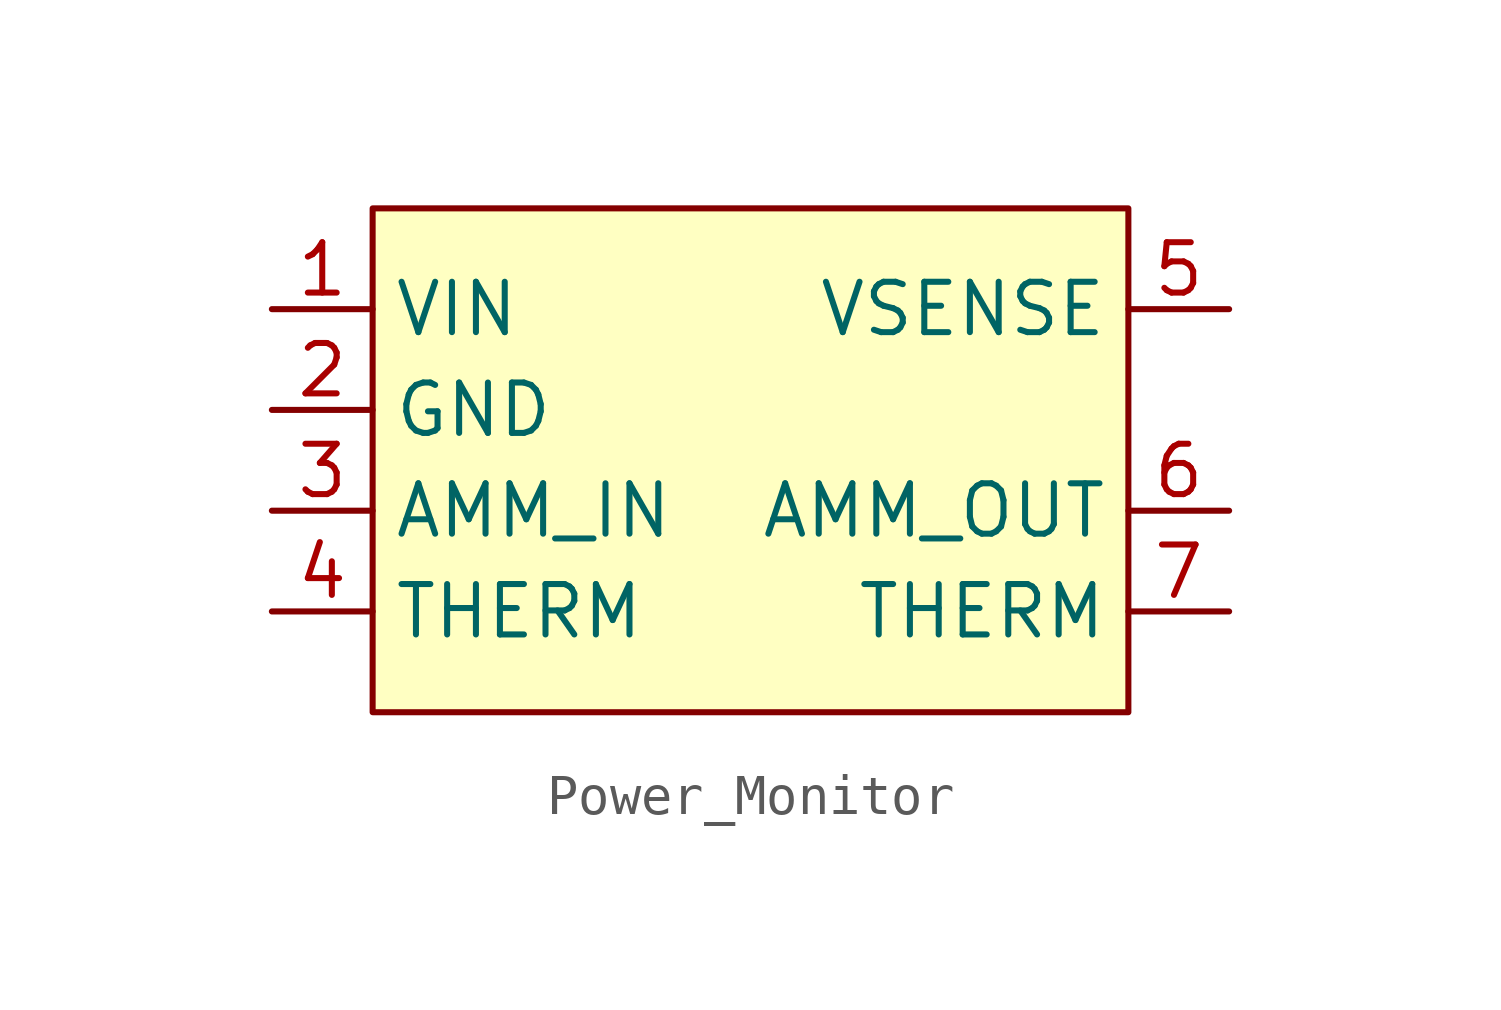
<source format=kicad_sym>
(kicad_symbol_lib
  (version 20241209)
  (generator "kicad_symbol_editor")
  (generator_version "9.0")
  (symbol "Power_Monitor"
    (property "Reference" "U"
      (at 0 5.08 0)
      (effects (font (size 1.27 1.27)) (hide yes)))
    (property "Value" ""
      (at 0 0 0)
      (effects (font (size 1.27 1.27))))
    (symbol "Power_Monitor_0_1"
      (rectangle (start -8.89 3.81) (end 10.16 -8.89) (stroke (width 0) (type default)) (fill (type background))))
    (symbol "Power_Monitor_1_1"
      (pin input line (at -11.43 1.27 0) (length 2.54) (name "VIN" (effects (font (size 1.27 1.27)))) (number "1" (effects (font (size 1.27 1.27)))))
      (pin input line (at -11.43 -1.27 0) (length 2.54) (name "GND" (effects (font (size 1.27 1.27)))) (number "2" (effects (font (size 1.27 1.27)))))
      (pin input line (at -11.43 -3.81 0) (length 2.54) (name "AMM_IN" (effects (font (size 1.27 1.27)))) (number "3" (effects (font (size 1.27 1.27)))))
      (pin input line (at -11.43 -6.35 0) (length 2.54) (name "THERM" (effects (font (size 1.27 1.27)))) (number "4" (effects (font (size 1.27 1.27)))))
      (pin input line (at 12.7 1.27 180) (length 2.54) (name "VSENSE" (effects (font (size 1.27 1.27)))) (number "5" (effects (font (size 1.27 1.27)))))
      (pin input line (at 12.7 -3.81 180) (length 2.54) (name "AMM_OUT" (effects (font (size 1.27 1.27)))) (number "6" (effects (font (size 1.27 1.27)))))
      (pin input line (at 12.7 -6.35 180) (length 2.54) (name "THERM" (effects (font (size 1.27 1.27)))) (number "7" (effects (font (size 1.27 1.27))))))))
</source>
